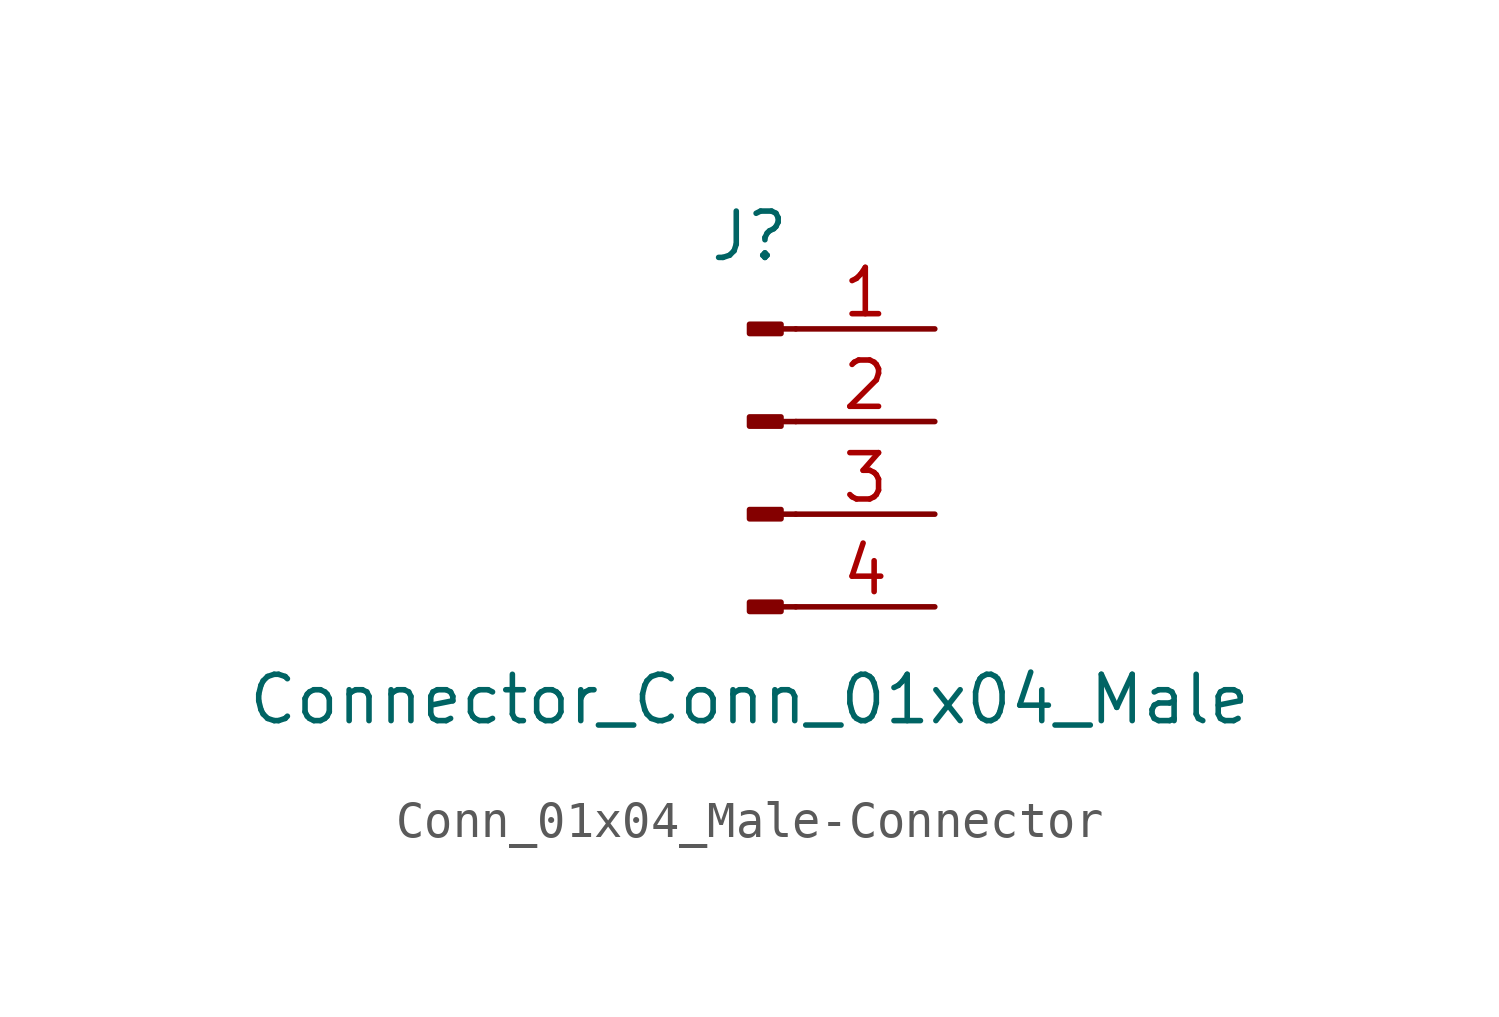
<source format=kicad_sym>
(kicad_symbol_lib
  (version 20241209)
  (generator "kicad_symbol_editor")
  (generator_version "9.0")
  (symbol "Conn_01x04_Male-Connector"
    (pin_names
      (offset 1.016)
      (hide yes))
    (property "Reference" "J"
      (at 0 5.08 0)
      (effects (font (size 1.27 1.27))))
    (property "Value" "Connector_Conn_01x04_Male"
      (at 0 -7.62 0)
      (effects (font (size 1.27 1.27))))
    (symbol "Conn_01x04_Male-Connector_1_1"
      (rectangle (start 0.864 2.667) (end 0 2.413) (stroke (width 0.152) (type solid)) (fill (type outline)))
      (rectangle (start 0.864 0.127) (end 0 -0.127) (stroke (width 0.152) (type solid)) (fill (type outline)))
      (rectangle (start 0.864 -2.413) (end 0 -2.667) (stroke (width 0.152) (type solid)) (fill (type outline)))
      (rectangle (start 0.864 -4.953) (end 0 -5.207) (stroke (width 0.152) (type solid)) (fill (type outline)))
      (polyline (pts (xy 1.27 2.54) (xy 0.864 2.54)) (stroke (width 0.152) (type solid)) (fill (type none)))
      (polyline (pts (xy 1.27 0) (xy 0.864 0)) (stroke (width 0.152) (type solid)) (fill (type none)))
      (polyline (pts (xy 1.27 -2.54) (xy 0.864 -2.54)) (stroke (width 0.152) (type solid)) (fill (type none)))
      (polyline (pts (xy 1.27 -5.08) (xy 0.864 -5.08)) (stroke (width 0.152) (type solid)) (fill (type none)))
      (pin passive line (at 5.08 2.54 180) (length 3.81) (name "Pin_1" (effects (font (size 1.27 1.27)))) (number "1" (effects (font (size 1.27 1.27)))))
      (pin passive line (at 5.08 0 180) (length 3.81) (name "Pin_2" (effects (font (size 1.27 1.27)))) (number "2" (effects (font (size 1.27 1.27)))))
      (pin passive line (at 5.08 -2.54 180) (length 3.81) (name "Pin_3" (effects (font (size 1.27 1.27)))) (number "3" (effects (font (size 1.27 1.27)))))
      (pin passive line (at 5.08 -5.08 180) (length 3.81) (name "Pin_4" (effects (font (size 1.27 1.27)))) (number "4" (effects (font (size 1.27 1.27))))))))
</source>
